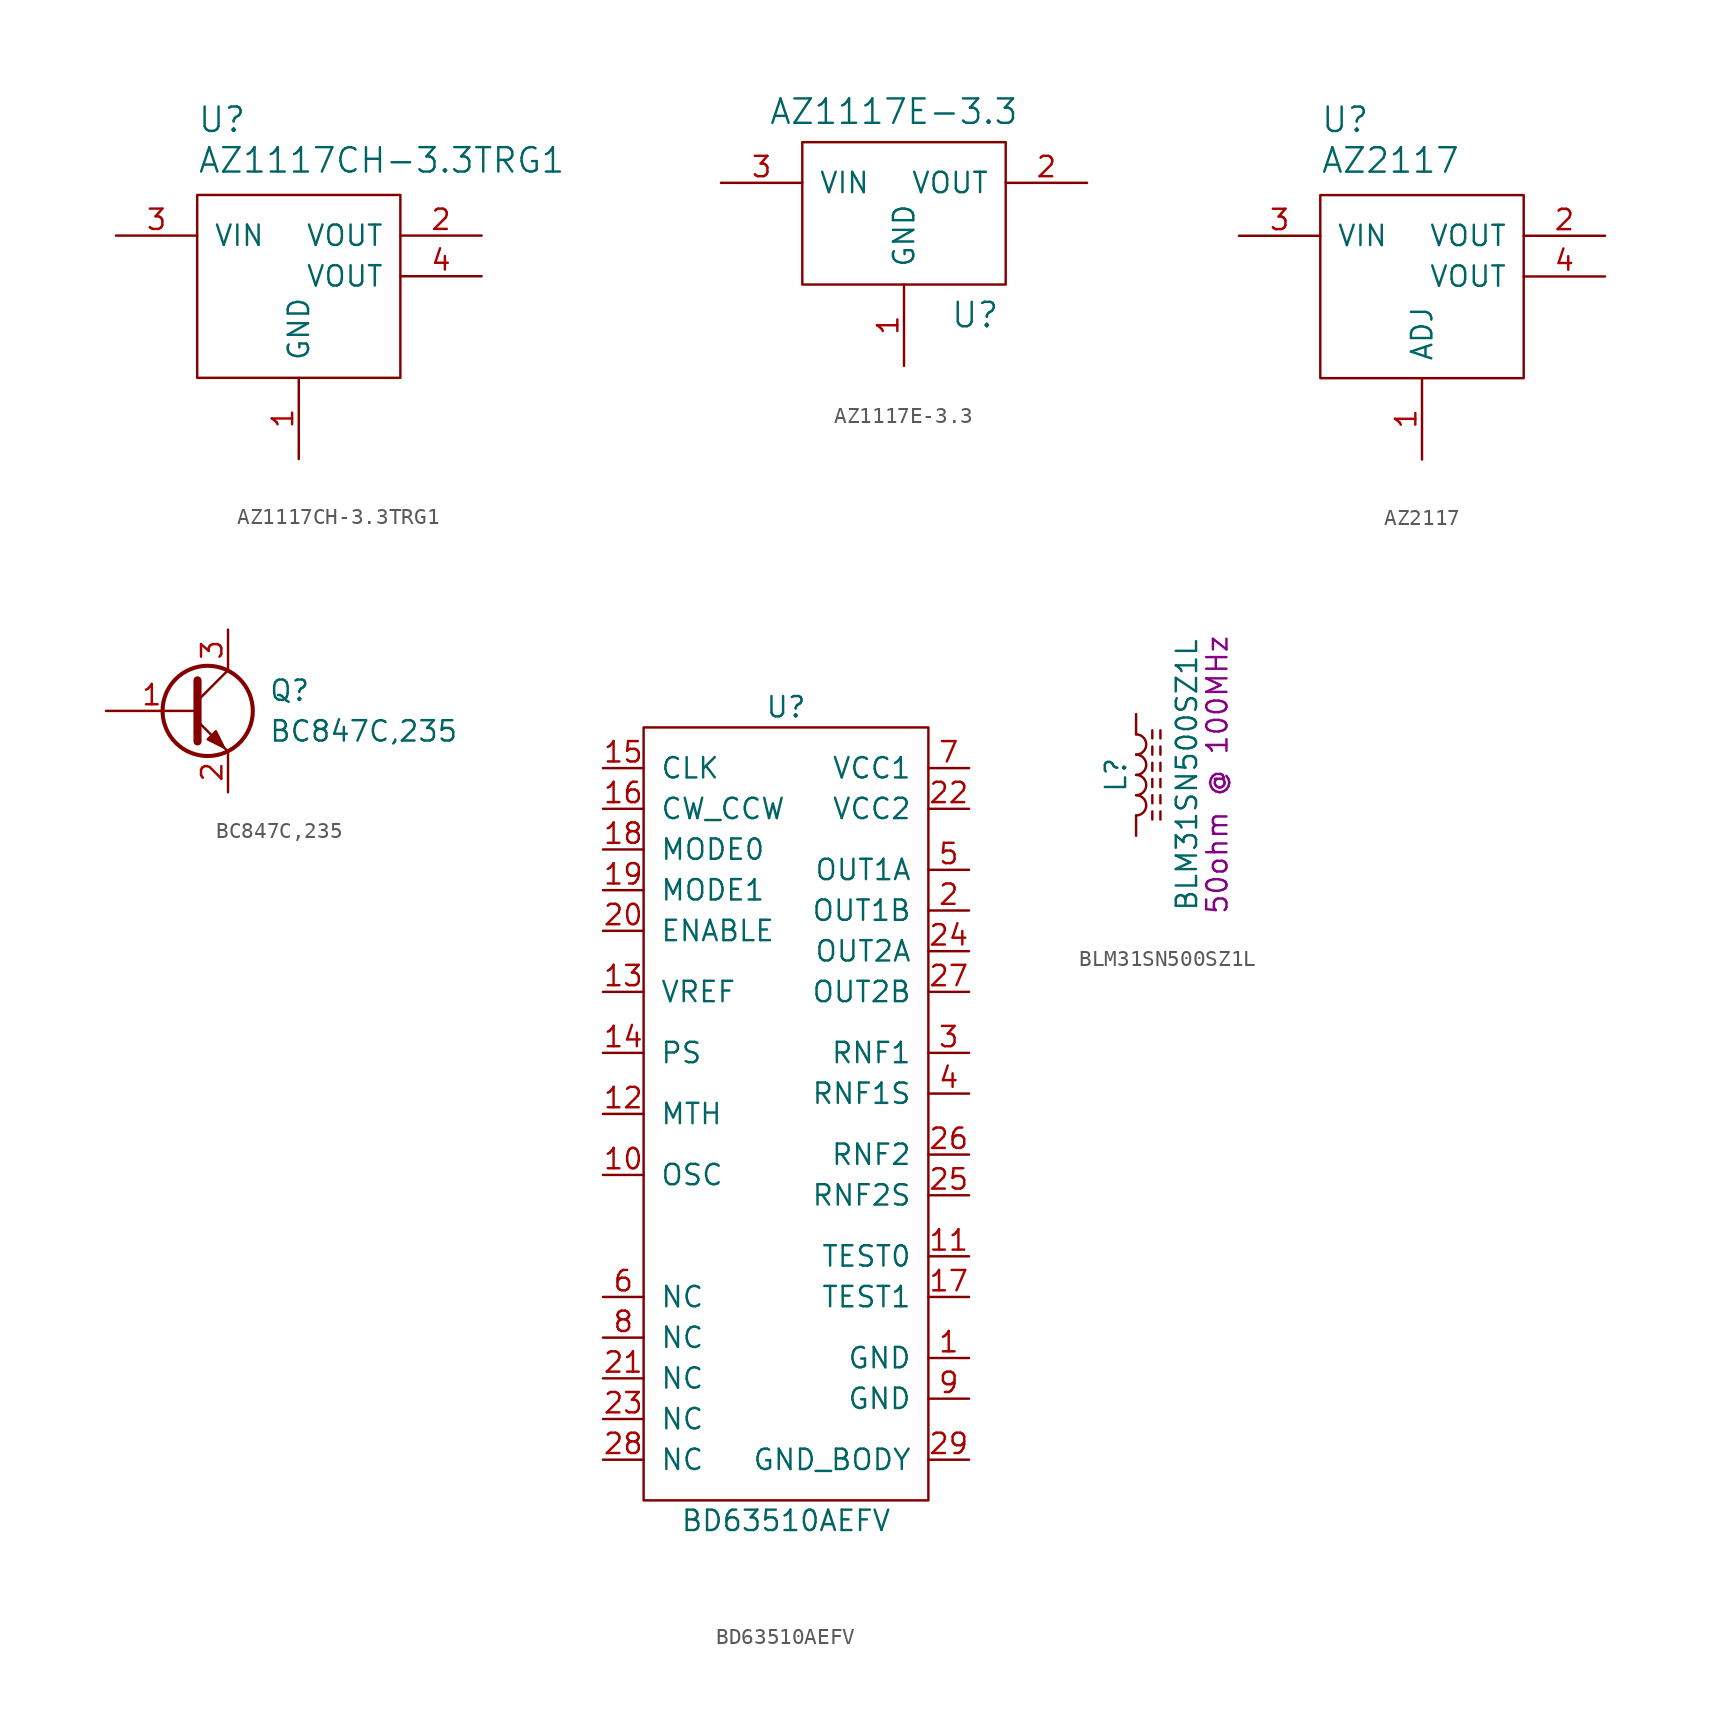
<source format=kicad_sym>
(kicad_symbol_lib
  (version 20210619)
  (generator kicad_symbol_editor)
  (symbol "custom:AZ1117CH-3.3TRG1"
    (pin_names
      (offset 1.016))
    (property "Reference" "U"
      (at -6.35 7.62 0)
      (effects (font (size 1.524 1.524)) (justify left bottom)))
    (property "Value" "AZ1117CH-3.3TRG1"
      (at -6.35 5.08 0)
      (effects (font (size 1.524 1.524)) (justify left bottom)))
    (symbol "AZ1117CH-3.3TRG1_0_1"
      (rectangle (start -6.35 -7.62) (end 6.35 3.81) (stroke (width 0)) (fill (type none))))
    (symbol "AZ1117CH-3.3TRG1_1_1"
      (pin power_in line (at 0 -12.7 90) (length 5.08) (name "GND" (effects (font (size 1.27 1.27)))) (number "1" (effects (font (size 1.27 1.27)))))
      (pin power_out line (at 11.43 1.27 180) (length 5.08) (name "VOUT" (effects (font (size 1.27 1.27)))) (number "2" (effects (font (size 1.27 1.27)))))
      (pin power_in line (at -11.43 1.27 0) (length 5.08) (name "VIN" (effects (font (size 1.27 1.27)))) (number "3" (effects (font (size 1.27 1.27)))))
      (pin power_out line (at 11.43 -1.27 180) (length 5.08) (name "VOUT" (effects (font (size 1.27 1.27)))) (number "4" (effects (font (size 1.27 1.27)))))))
  (symbol "custom:AZ1117E-3.3"
    (pin_names
      (offset 1.016))
    (property "Reference" "U"
      (at 5.715 -6.985 0)
      (effects (font (size 1.524 1.524))))
    (property "Value" "AZ1117E-3.3"
      (at 0.635 5.715 0)
      (effects (font (size 1.524 1.524))))
    (symbol "AZ1117E-3.3_0_1"
      (rectangle (start -5.08 -5.08) (end 7.62 3.81) (stroke (width 0)) (fill (type none))))
    (symbol "AZ1117E-3.3_1_1"
      (pin power_out line (at 1.27 -10.16 90) (length 5.08) (name "GND" (effects (font (size 1.27 1.27)))) (number "1" (effects (font (size 1.27 1.27)))))
      (pin power_out line (at 12.7 1.27 180) (length 5.08) (name "VOUT" (effects (font (size 1.27 1.27)))) (number "2" (effects (font (size 1.27 1.27)))))
      (pin power_in line (at -10.16 1.27 0) (length 5.08) (name "VIN" (effects (font (size 1.27 1.27)))) (number "3" (effects (font (size 1.27 1.27)))))))
  (symbol "custom:AZ2117"
    (pin_names
      (offset 1.016))
    (property "Reference" "U"
      (at -6.35 7.62 0)
      (effects (font (size 1.524 1.524)) (justify left bottom)))
    (property "Value" "AZ2117"
      (at -6.35 5.08 0)
      (effects (font (size 1.524 1.524)) (justify left bottom)))
    (symbol "AZ2117_0_1"
      (rectangle (start -6.35 -7.62) (end 6.35 3.81) (stroke (width 0)) (fill (type none))))
    (symbol "AZ2117_1_1"
      (pin passive line (at 0 -12.7 90) (length 5.08) (name "ADJ" (effects (font (size 1.27 1.27)))) (number "1" (effects (font (size 1.27 1.27)))))
      (pin power_out line (at 11.43 1.27 180) (length 5.08) (name "VOUT" (effects (font (size 1.27 1.27)))) (number "2" (effects (font (size 1.27 1.27)))))
      (pin power_in line (at -11.43 1.27 0) (length 5.08) (name "VIN" (effects (font (size 1.27 1.27)))) (number "3" (effects (font (size 1.27 1.27)))))
      (pin power_out line (at 11.43 -1.27 180) (length 5.08) (name "VOUT" (effects (font (size 1.27 1.27)))) (number "4" (effects (font (size 1.27 1.27)))))))
  (symbol "custom:BC847C,235"
    (pin_names
      (offset 0) hide)
    (property "Reference" "Q"
      (at 5.08 1.27 0)
      (effects (font (size 1.27 1.27)) (justify left)))
    (property "Value" "BC847C,235"
      (at 5.08 -1.27 0)
      (effects (font (size 1.27 1.27)) (justify left)))
    (symbol "BC847C,235_0_1"
      (circle (center 1.27 0) (radius 2.819) (stroke (width 0.254)) (fill (type none)))
      (polyline (pts (xy 0.635 0.635) (xy 2.54 2.54)) (stroke (width 0)) (fill (type none)))
      (polyline (pts (xy 0.635 -0.635) (xy 2.54 -2.54) (xy 2.54 -2.54)) (stroke (width 0)) (fill (type none)))
      (polyline (pts (xy 0.635 1.905) (xy 0.635 -1.905) (xy 0.635 -1.905)) (stroke (width 0.508)) (fill (type none)))
      (polyline (pts (xy 1.27 -1.778) (xy 1.778 -1.27) (xy 2.286 -2.286) (xy 1.27 -1.778) (xy 1.27 -1.778)) (stroke (width 0)) (fill (type outline))))
    (symbol "BC847C,235_1_1"
      (pin input line (at -5.08 0 0) (length 5.715) (name "B" (effects (font (size 1.27 1.27)))) (number "1" (effects (font (size 1.27 1.27)))))
      (pin passive line (at 2.54 -5.08 90) (length 2.54) (name "E" (effects (font (size 1.27 1.27)))) (number "2" (effects (font (size 1.27 1.27)))))
      (pin passive line (at 2.54 5.08 270) (length 2.54) (name "C" (effects (font (size 1.27 1.27)))) (number "3" (effects (font (size 1.27 1.27)))))))
  (symbol "custom:BD63510AEFV"
    (pin_names
      (offset 1.016))
    (property "Reference" "U"
      (at 0 33.02 0)
      (effects (font (size 1.27 1.27))))
    (property "Value" "BD63510AEFV"
      (at 0 -17.78 0)
      (effects (font (size 1.27 1.27))))
    (symbol "BD63510AEFV_0_1"
      (rectangle (start -8.89 -16.51) (end 8.89 31.75) (stroke (width 0)) (fill (type none))))
    (symbol "BD63510AEFV_1_1"
      (pin power_in line (at 11.43 -7.62 180) (length 2.54) (name "GND" (effects (font (size 1.27 1.27)))) (number "1" (effects (font (size 1.27 1.27)))))
      (pin bidirectional line (at -11.43 3.81 0) (length 2.54) (name "OSC" (effects (font (size 1.27 1.27)))) (number "10" (effects (font (size 1.27 1.27)))))
      (pin unspecified line (at 11.43 -1.27 180) (length 2.54) (name "TEST0" (effects (font (size 1.27 1.27)))) (number "11" (effects (font (size 1.27 1.27)))))
      (pin input line (at -11.43 7.62 0) (length 2.54) (name "MTH" (effects (font (size 1.27 1.27)))) (number "12" (effects (font (size 1.27 1.27)))))
      (pin input line (at -11.43 15.24 0) (length 2.54) (name "VREF" (effects (font (size 1.27 1.27)))) (number "13" (effects (font (size 1.27 1.27)))))
      (pin input line (at -11.43 11.43 0) (length 2.54) (name "PS" (effects (font (size 1.27 1.27)))) (number "14" (effects (font (size 1.27 1.27)))))
      (pin input line (at -11.43 29.21 0) (length 2.54) (name "CLK" (effects (font (size 1.27 1.27)))) (number "15" (effects (font (size 1.27 1.27)))))
      (pin input line (at -11.43 26.67 0) (length 2.54) (name "CW_CCW" (effects (font (size 1.27 1.27)))) (number "16" (effects (font (size 1.27 1.27)))))
      (pin unspecified line (at 11.43 -3.81 180) (length 2.54) (name "TEST1" (effects (font (size 1.27 1.27)))) (number "17" (effects (font (size 1.27 1.27)))))
      (pin input line (at -11.43 24.13 0) (length 2.54) (name "MODE0" (effects (font (size 1.27 1.27)))) (number "18" (effects (font (size 1.27 1.27)))))
      (pin input line (at -11.43 21.59 0) (length 2.54) (name "MODE1" (effects (font (size 1.27 1.27)))) (number "19" (effects (font (size 1.27 1.27)))))
      (pin power_out line (at 11.43 20.32 180) (length 2.54) (name "OUT1B" (effects (font (size 1.27 1.27)))) (number "2" (effects (font (size 1.27 1.27)))))
      (pin input line (at -11.43 19.05 0) (length 2.54) (name "ENABLE" (effects (font (size 1.27 1.27)))) (number "20" (effects (font (size 1.27 1.27)))))
      (pin passive line (at -11.43 -8.89 0) (length 2.54) (name "NC" (effects (font (size 1.27 1.27)))) (number "21" (effects (font (size 1.27 1.27)))))
      (pin power_in line (at 11.43 26.67 180) (length 2.54) (name "VCC2" (effects (font (size 1.27 1.27)))) (number "22" (effects (font (size 1.27 1.27)))))
      (pin passive line (at -11.43 -11.43 0) (length 2.54) (name "NC" (effects (font (size 1.27 1.27)))) (number "23" (effects (font (size 1.27 1.27)))))
      (pin power_out line (at 11.43 17.78 180) (length 2.54) (name "OUT2A" (effects (font (size 1.27 1.27)))) (number "24" (effects (font (size 1.27 1.27)))))
      (pin input line (at 11.43 2.54 180) (length 2.54) (name "RNF2S" (effects (font (size 1.27 1.27)))) (number "25" (effects (font (size 1.27 1.27)))))
      (pin output line (at 11.43 5.08 180) (length 2.54) (name "RNF2" (effects (font (size 1.27 1.27)))) (number "26" (effects (font (size 1.27 1.27)))))
      (pin power_out line (at 11.43 15.24 180) (length 2.54) (name "OUT2B" (effects (font (size 1.27 1.27)))) (number "27" (effects (font (size 1.27 1.27)))))
      (pin passive line (at -11.43 -13.97 0) (length 2.54) (name "NC" (effects (font (size 1.27 1.27)))) (number "28" (effects (font (size 1.27 1.27)))))
      (pin power_in line (at 11.43 -13.97 180) (length 2.54) (name "GND_BODY" (effects (font (size 1.27 1.27)))) (number "29" (effects (font (size 1.27 1.27)))))
      (pin output line (at 11.43 11.43 180) (length 2.54) (name "RNF1" (effects (font (size 1.27 1.27)))) (number "3" (effects (font (size 1.27 1.27)))))
      (pin input line (at 11.43 8.89 180) (length 2.54) (name "RNF1S" (effects (font (size 1.27 1.27)))) (number "4" (effects (font (size 1.27 1.27)))))
      (pin power_out line (at 11.43 22.86 180) (length 2.54) (name "OUT1A" (effects (font (size 1.27 1.27)))) (number "5" (effects (font (size 1.27 1.27)))))
      (pin passive line (at -11.43 -3.81 0) (length 2.54) (name "NC" (effects (font (size 1.27 1.27)))) (number "6" (effects (font (size 1.27 1.27)))))
      (pin power_in line (at 11.43 29.21 180) (length 2.54) (name "VCC1" (effects (font (size 1.27 1.27)))) (number "7" (effects (font (size 1.27 1.27)))))
      (pin passive line (at -11.43 -6.35 0) (length 2.54) (name "NC" (effects (font (size 1.27 1.27)))) (number "8" (effects (font (size 1.27 1.27)))))
      (pin power_in line (at 11.43 -10.16 180) (length 2.54) (name "GND" (effects (font (size 1.27 1.27)))) (number "9" (effects (font (size 1.27 1.27)))))))
  (symbol "custom:BLM31SN500SZ1L"
    (pin_numbers hide)
    (pin_names
      (offset 1.016) hide)
    (property "Reference" "L"
      (at -1.27 0 90)
      (effects (font (size 1.27 1.27))))
    (property "Value" "BLM31SN500SZ1L"
      (at 3.175 0 90)
      (effects (font (size 1.27 1.27))))
    (property "IMPEDANCE" "50ohm @ 100MHz"
      (at 5.08 0 90)
      (effects (font (size 1.27 1.27))))
    (symbol "BLM31SN500SZ1L_0_1"
      (arc (start 0 -2.54) (end 0 -1.27) (radius (at 0 -1.905) (length 0.635) (angles -89.9 89.9)) (stroke (width 0)) (fill (type none)))
      (arc (start 0 -1.27) (end 0 0) (radius (at 0 -0.635) (length 0.635) (angles -89.9 89.9)) (stroke (width 0)) (fill (type none)))
      (arc (start 0 0) (end 0 1.27) (radius (at 0 0.635) (length 0.635) (angles -89.9 89.9)) (stroke (width 0)) (fill (type none)))
      (arc (start 0 1.27) (end 0 2.54) (radius (at 0 1.905) (length 0.635) (angles -89.9 89.9)) (stroke (width 0)) (fill (type none)))
      (polyline (pts (xy 1.016 -2.794) (xy 1.016 -2.286)) (stroke (width 0)) (fill (type none)))
      (polyline (pts (xy 1.016 -1.778) (xy 1.016 -1.27)) (stroke (width 0)) (fill (type none)))
      (polyline (pts (xy 1.016 -0.762) (xy 1.016 -0.254)) (stroke (width 0)) (fill (type none)))
      (polyline (pts (xy 1.016 0.254) (xy 1.016 0.762)) (stroke (width 0)) (fill (type none)))
      (polyline (pts (xy 1.016 1.27) (xy 1.016 1.778)) (stroke (width 0)) (fill (type none)))
      (polyline (pts (xy 1.016 2.286) (xy 1.016 2.794)) (stroke (width 0)) (fill (type none)))
      (polyline (pts (xy 1.524 -2.286) (xy 1.524 -2.794)) (stroke (width 0)) (fill (type none)))
      (polyline (pts (xy 1.524 -1.27) (xy 1.524 -1.778)) (stroke (width 0)) (fill (type none)))
      (polyline (pts (xy 1.524 -0.254) (xy 1.524 -0.762)) (stroke (width 0)) (fill (type none)))
      (polyline (pts (xy 1.524 0.762) (xy 1.524 0.254)) (stroke (width 0)) (fill (type none)))
      (polyline (pts (xy 1.524 1.778) (xy 1.524 1.27)) (stroke (width 0)) (fill (type none)))
      (polyline (pts (xy 1.524 2.794) (xy 1.524 2.286)) (stroke (width 0)) (fill (type none))))
    (symbol "BLM31SN500SZ1L_1_1"
      (pin passive line (at 0 3.81 270) (length 1.27) (name "1" (effects (font (size 1.27 1.27)))) (number "1" (effects (font (size 1.27 1.27)))))
      (pin passive line (at 0 -3.81 90) (length 1.27) (name "2" (effects (font (size 1.27 1.27)))) (number "2" (effects (font (size 1.27 1.27))))))))
</source>
